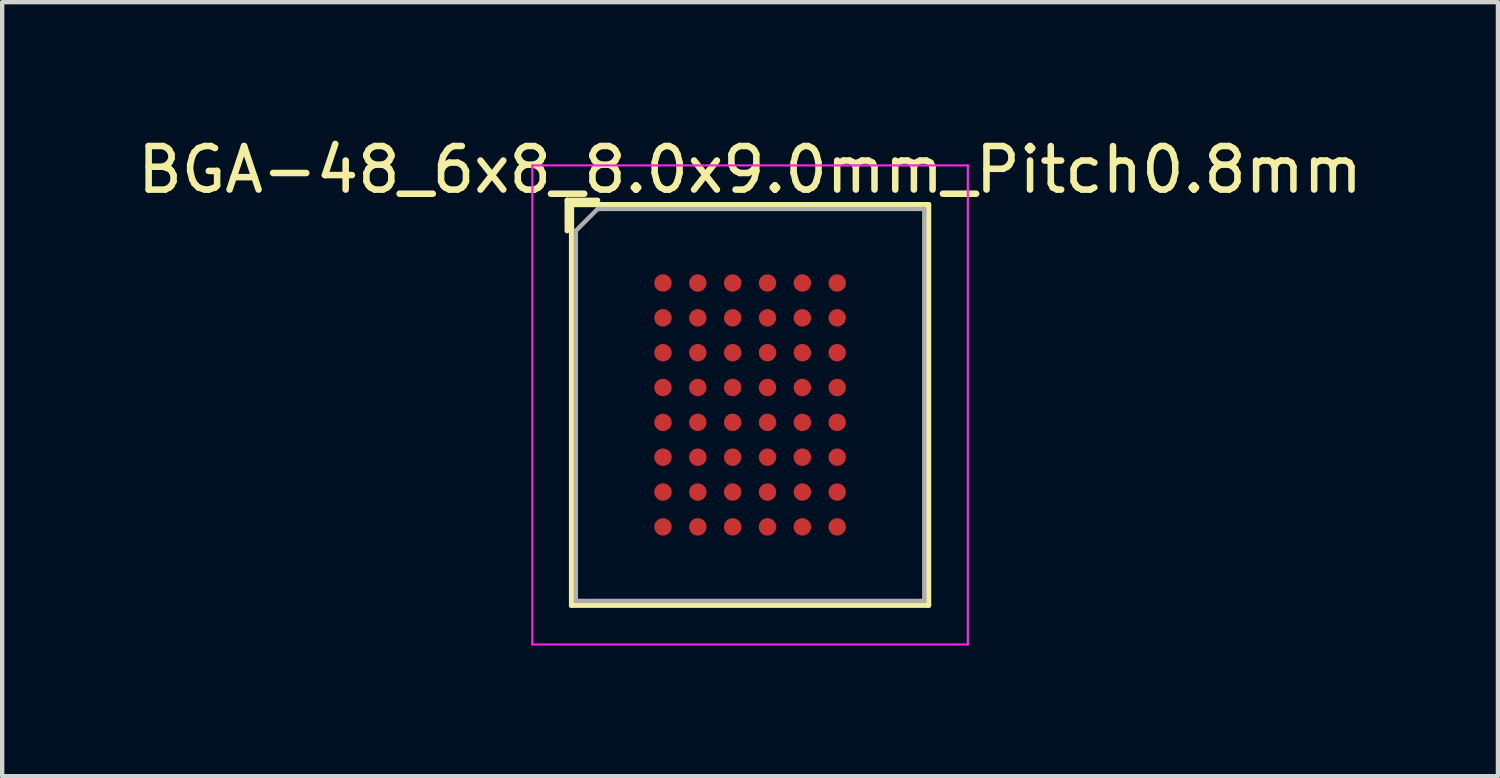
<source format=kicad_pcb>
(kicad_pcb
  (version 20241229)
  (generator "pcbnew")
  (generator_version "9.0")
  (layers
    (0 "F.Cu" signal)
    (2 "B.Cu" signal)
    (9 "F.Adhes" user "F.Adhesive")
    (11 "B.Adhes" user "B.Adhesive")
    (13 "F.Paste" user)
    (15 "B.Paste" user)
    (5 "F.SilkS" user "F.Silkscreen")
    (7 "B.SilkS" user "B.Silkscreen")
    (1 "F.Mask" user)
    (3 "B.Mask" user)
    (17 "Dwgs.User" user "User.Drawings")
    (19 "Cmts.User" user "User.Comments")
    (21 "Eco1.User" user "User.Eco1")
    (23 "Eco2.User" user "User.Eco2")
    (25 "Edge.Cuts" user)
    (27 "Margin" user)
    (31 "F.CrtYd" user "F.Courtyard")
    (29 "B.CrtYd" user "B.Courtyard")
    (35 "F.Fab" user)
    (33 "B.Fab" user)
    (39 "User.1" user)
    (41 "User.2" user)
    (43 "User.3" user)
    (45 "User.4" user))
  (footprint "BGA-48_6x8_8.0x9.0mm_Pitch0.8mm"
    (layer "F.Cu")
    (at 14.173 6.248)
    (property "Reference" "BGA-48_6x8_8.0x9.0mm_Pitch0.8mm" (at 0 -5.4 180) (layer "F.SilkS") (effects (font (size 1 1) (thickness 0.15))))
    (attr smd)
    (fp_line (start -4.2 -4.7) (end -3.5 -4.7) (stroke (width 0.12) (type solid)) (layer "F.SilkS"))
    (fp_line (start -4.2 -4) (end -4.2 -4.7) (stroke (width 0.12) (type solid)) (layer "F.SilkS"))
    (fp_line (start -4.1 -4.6) (end 4.1 -4.6) (stroke (width 0.12) (type solid)) (layer "F.SilkS"))
    (fp_line (start -4.1 4.6) (end -4.1 -4.6) (stroke (width 0.12) (type solid)) (layer "F.SilkS"))
    (fp_line (start 4.1 -4.6) (end 4.1 4.6) (stroke (width 0.12) (type solid)) (layer "F.SilkS"))
    (fp_line (start 4.1 4.6) (end -4.1 4.6) (stroke (width 0.12) (type solid)) (layer "F.SilkS"))
    (fp_line (start -5 -5.5) (end -5 5.5) (stroke (width 0.05) (type solid)) (layer "F.CrtYd"))
    (fp_line (start -5 -5.5) (end 5 -5.5) (stroke (width 0.05) (type solid)) (layer "F.CrtYd"))
    (fp_line (start 5 5.5) (end -5 5.5) (stroke (width 0.05) (type solid)) (layer "F.CrtYd"))
    (fp_line (start 5 5.5) (end 5 -5.5) (stroke (width 0.05) (type solid)) (layer "F.CrtYd"))
    (fp_line (start -4 -4) (end -3.5 -4.5) (stroke (width 0.1) (type solid)) (layer "F.Fab"))
    (fp_line (start -4 4.5) (end -4 -4) (stroke (width 0.1) (type solid)) (layer "F.Fab"))
    (fp_line (start -3.5 -4.5) (end 4 -4.5) (stroke (width 0.1) (type solid)) (layer "F.Fab"))
    (fp_line (start 4 -4.5) (end 4 4.5) (stroke (width 0.1) (type solid)) (layer "F.Fab"))
    (fp_line (start 4 4.5) (end -4 4.5) (stroke (width 0.1) (type solid)) (layer "F.Fab"))
    (pad "A1" smd circle (at -2 -2.8) (size 0.4 0.4) (layers "F.Cu" "F.Mask" "F.Paste"))
    (pad "A2" smd circle (at -1.2 -2.8) (size 0.4 0.4) (layers "F.Cu" "F.Mask" "F.Paste"))
    (pad "A3" smd circle (at -0.4 -2.8) (size 0.4 0.4) (layers "F.Cu" "F.Mask" "F.Paste"))
    (pad "A4" smd circle (at 0.4 -2.8) (size 0.4 0.4) (layers "F.Cu" "F.Mask" "F.Paste"))
    (pad "A5" smd circle (at 1.2 -2.8) (size 0.4 0.4) (layers "F.Cu" "F.Mask" "F.Paste"))
    (pad "A6" smd circle (at 2 -2.8) (size 0.4 0.4) (layers "F.Cu" "F.Mask" "F.Paste"))
    (pad "B1" smd circle (at -2 -2) (size 0.4 0.4) (layers "F.Cu" "F.Mask" "F.Paste"))
    (pad "B2" smd circle (at -1.2 -2) (size 0.4 0.4) (layers "F.Cu" "F.Mask" "F.Paste"))
    (pad "B3" smd circle (at -0.4 -2) (size 0.4 0.4) (layers "F.Cu" "F.Mask" "F.Paste"))
    (pad "B4" smd circle (at 0.4 -2) (size 0.4 0.4) (layers "F.Cu" "F.Mask" "F.Paste"))
    (pad "B5" smd circle (at 1.2 -2) (size 0.4 0.4) (layers "F.Cu" "F.Mask" "F.Paste"))
    (pad "B6" smd circle (at 2 -2) (size 0.4 0.4) (layers "F.Cu" "F.Mask" "F.Paste"))
    (pad "C1" smd circle (at -2 -1.2) (size 0.4 0.4) (layers "F.Cu" "F.Mask" "F.Paste"))
    (pad "C2" smd circle (at -1.2 -1.2) (size 0.4 0.4) (layers "F.Cu" "F.Mask" "F.Paste"))
    (pad "C3" smd circle (at -0.4 -1.2) (size 0.4 0.4) (layers "F.Cu" "F.Mask" "F.Paste"))
    (pad "C4" smd circle (at 0.4 -1.2) (size 0.4 0.4) (layers "F.Cu" "F.Mask" "F.Paste"))
    (pad "C5" smd circle (at 1.2 -1.2) (size 0.4 0.4) (layers "F.Cu" "F.Mask" "F.Paste"))
    (pad "C6" smd circle (at 2 -1.2) (size 0.4 0.4) (layers "F.Cu" "F.Mask" "F.Paste"))
    (pad "D1" smd circle (at -2 -0.4) (size 0.4 0.4) (layers "F.Cu" "F.Mask" "F.Paste"))
    (pad "D2" smd circle (at -1.2 -0.4) (size 0.4 0.4) (layers "F.Cu" "F.Mask" "F.Paste"))
    (pad "D3" smd circle (at -0.4 -0.4) (size 0.4 0.4) (layers "F.Cu" "F.Mask" "F.Paste"))
    (pad "D4" smd circle (at 0.4 -0.4) (size 0.4 0.4) (layers "F.Cu" "F.Mask" "F.Paste"))
    (pad "D5" smd circle (at 1.2 -0.4) (size 0.4 0.4) (layers "F.Cu" "F.Mask" "F.Paste"))
    (pad "D6" smd circle (at 2 -0.4) (size 0.4 0.4) (layers "F.Cu" "F.Mask" "F.Paste"))
    (pad "E1" smd circle (at -2 0.4) (size 0.4 0.4) (layers "F.Cu" "F.Mask" "F.Paste"))
    (pad "E2" smd circle (at -1.2 0.4) (size 0.4 0.4) (layers "F.Cu" "F.Mask" "F.Paste"))
    (pad "E3" smd circle (at -0.4 0.4) (size 0.4 0.4) (layers "F.Cu" "F.Mask" "F.Paste"))
    (pad "E4" smd circle (at 0.4 0.4) (size 0.4 0.4) (layers "F.Cu" "F.Mask" "F.Paste"))
    (pad "E5" smd circle (at 1.2 0.4) (size 0.4 0.4) (layers "F.Cu" "F.Mask" "F.Paste"))
    (pad "E6" smd circle (at 2 0.4) (size 0.4 0.4) (layers "F.Cu" "F.Mask" "F.Paste"))
    (pad "F1" smd circle (at -2 1.2) (size 0.4 0.4) (layers "F.Cu" "F.Mask" "F.Paste"))
    (pad "F2" smd circle (at -1.2 1.2) (size 0.4 0.4) (layers "F.Cu" "F.Mask" "F.Paste"))
    (pad "F3" smd circle (at -0.4 1.2) (size 0.4 0.4) (layers "F.Cu" "F.Mask" "F.Paste"))
    (pad "F4" smd circle (at 0.4 1.2) (size 0.4 0.4) (layers "F.Cu" "F.Mask" "F.Paste"))
    (pad "F5" smd circle (at 1.2 1.2) (size 0.4 0.4) (layers "F.Cu" "F.Mask" "F.Paste"))
    (pad "F6" smd circle (at 2 1.2) (size 0.4 0.4) (layers "F.Cu" "F.Mask" "F.Paste"))
    (pad "G1" smd circle (at -2 2) (size 0.4 0.4) (layers "F.Cu" "F.Mask" "F.Paste"))
    (pad "G2" smd circle (at -1.2 2) (size 0.4 0.4) (layers "F.Cu" "F.Mask" "F.Paste"))
    (pad "G3" smd circle (at -0.4 2) (size 0.4 0.4) (layers "F.Cu" "F.Mask" "F.Paste"))
    (pad "G4" smd circle (at 0.4 2) (size 0.4 0.4) (layers "F.Cu" "F.Mask" "F.Paste"))
    (pad "G5" smd circle (at 1.2 2) (size 0.4 0.4) (layers "F.Cu" "F.Mask" "F.Paste"))
    (pad "G6" smd circle (at 2 2) (size 0.4 0.4) (layers "F.Cu" "F.Mask" "F.Paste"))
    (pad "H1" smd circle (at -2 2.8) (size 0.4 0.4) (layers "F.Cu" "F.Mask" "F.Paste"))
    (pad "H2" smd circle (at -1.2 2.8) (size 0.4 0.4) (layers "F.Cu" "F.Mask" "F.Paste"))
    (pad "H3" smd circle (at -0.4 2.8) (size 0.4 0.4) (layers "F.Cu" "F.Mask" "F.Paste"))
    (pad "H4" smd circle (at 0.4 2.8) (size 0.4 0.4) (layers "F.Cu" "F.Mask" "F.Paste"))
    (pad "H5" smd circle (at 1.2 2.8) (size 0.4 0.4) (layers "F.Cu" "F.Mask" "F.Paste"))
    (pad "H6" smd circle (at 2 2.8) (size 0.4 0.4) (layers "F.Cu" "F.Mask" "F.Paste")))
  (gr_rect
    (start -3 -3)
    (end 31.345 14.773)
    (stroke (width 0.1) (type default))
    (fill no)
    (layer "Edge.Cuts")))
</source>
